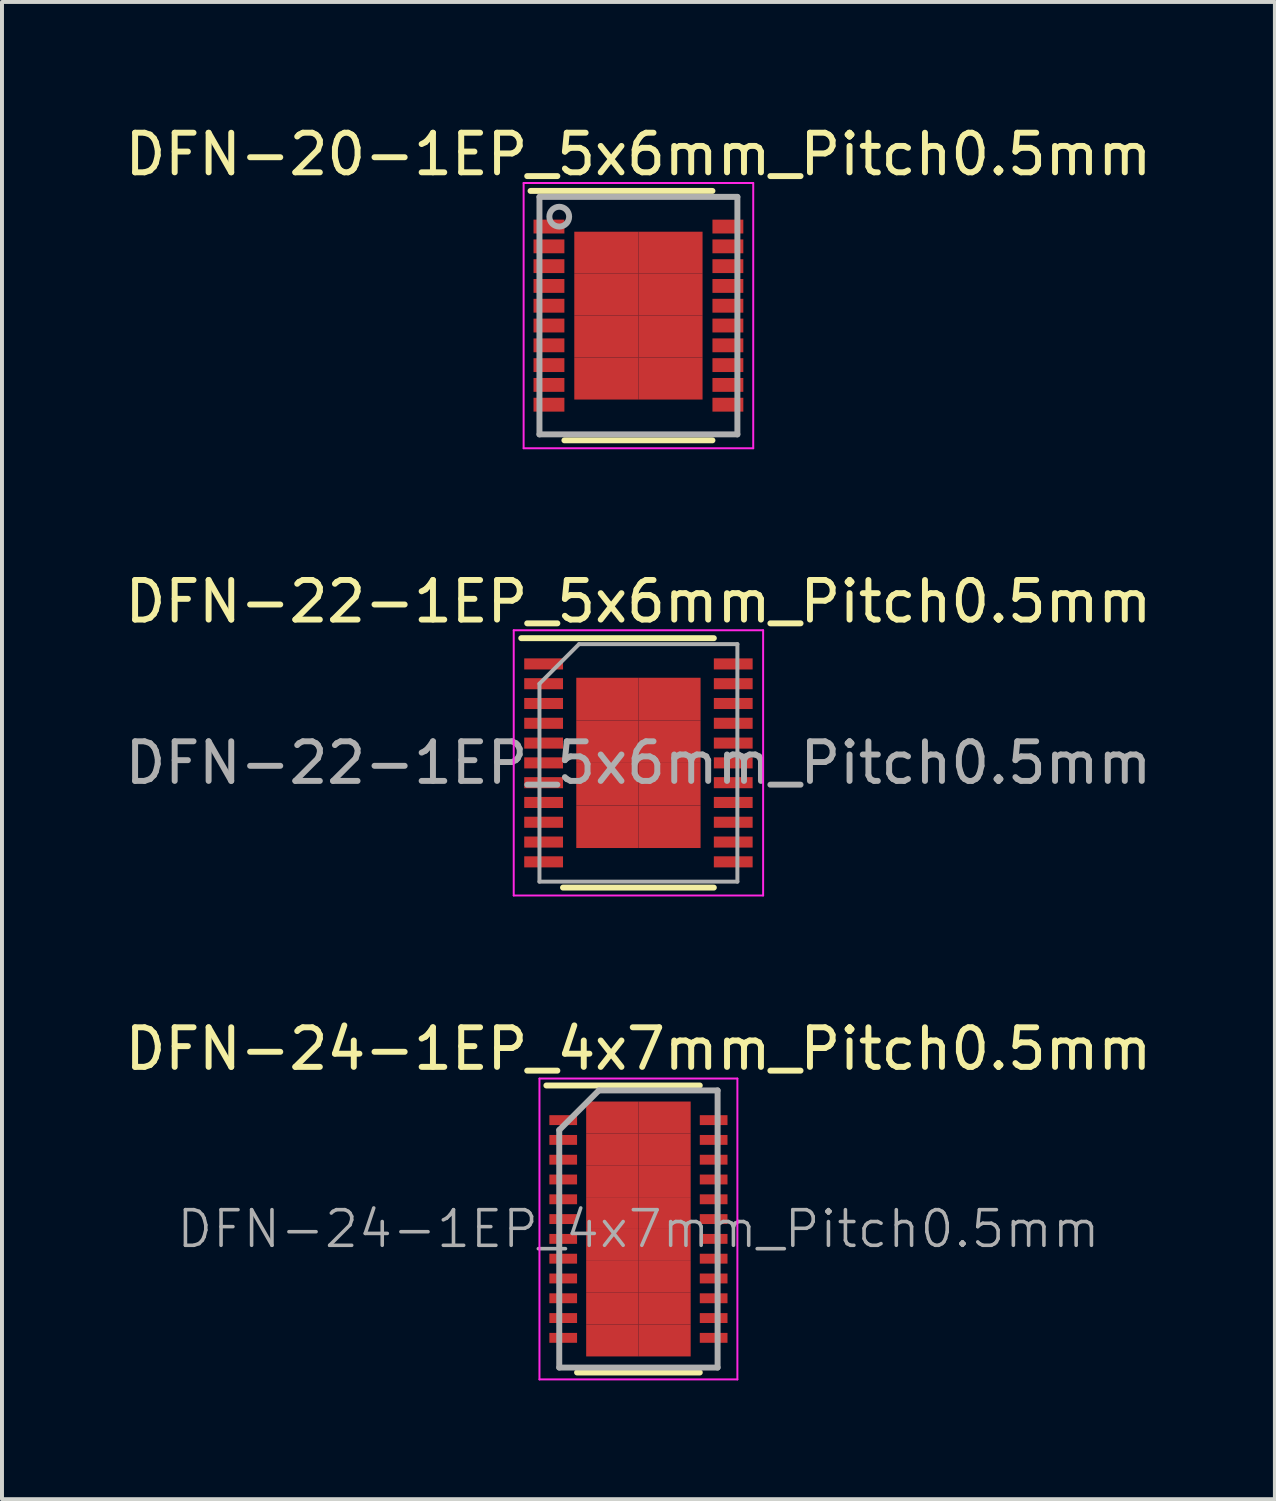
<source format=kicad_pcb>
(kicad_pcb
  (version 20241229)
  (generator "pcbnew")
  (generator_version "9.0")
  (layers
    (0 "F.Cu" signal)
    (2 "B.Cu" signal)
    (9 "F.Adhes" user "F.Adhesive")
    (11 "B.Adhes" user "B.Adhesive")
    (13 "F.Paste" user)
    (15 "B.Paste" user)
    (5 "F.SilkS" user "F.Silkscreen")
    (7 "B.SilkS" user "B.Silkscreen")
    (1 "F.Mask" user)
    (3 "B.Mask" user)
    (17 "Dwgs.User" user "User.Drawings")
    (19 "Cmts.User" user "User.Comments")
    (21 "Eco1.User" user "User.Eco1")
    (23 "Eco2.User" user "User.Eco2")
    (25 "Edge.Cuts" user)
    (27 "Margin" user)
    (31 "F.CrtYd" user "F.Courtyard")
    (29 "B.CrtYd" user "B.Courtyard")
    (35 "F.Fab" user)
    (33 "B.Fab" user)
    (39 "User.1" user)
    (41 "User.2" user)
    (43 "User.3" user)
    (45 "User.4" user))
  (footprint "DFN-24-1EP_4x7mm_Pitch0.5mm"
    (layer "F.Cu")
    (at 13.077 27.995)
    (property "Reference" "DFN-24-1EP_4x7mm_Pitch0.5mm" (at 0 -4.55 0) (layer "F.SilkS") (effects (font (size 1 1) (thickness 0.15))))
    (attr smd)
    (fp_line (start -2.325 -3.625) (end 1.55 -3.625) (stroke (width 0.15) (type solid)) (layer "F.SilkS"))
    (fp_line (start -1.55 3.625) (end 1.55 3.625) (stroke (width 0.15) (type solid)) (layer "F.SilkS"))
    (fp_line (start -2.5 -3.8) (end -2.5 3.8) (stroke (width 0.05) (type solid)) (layer "F.CrtYd"))
    (fp_line (start -2.5 -3.8) (end 2.5 -3.8) (stroke (width 0.05) (type solid)) (layer "F.CrtYd"))
    (fp_line (start -2.5 3.8) (end 2.5 3.8) (stroke (width 0.05) (type solid)) (layer "F.CrtYd"))
    (fp_line (start 2.5 -3.8) (end 2.5 3.8) (stroke (width 0.05) (type solid)) (layer "F.CrtYd"))
    (fp_line (start -2 -2.5) (end -1 -3.5) (stroke (width 0.15) (type solid)) (layer "F.Fab"))
    (fp_line (start -2 3.5) (end -2 -2.5) (stroke (width 0.15) (type solid)) (layer "F.Fab"))
    (fp_line (start -1 -3.5) (end 2 -3.5) (stroke (width 0.15) (type solid)) (layer "F.Fab"))
    (fp_line (start 2 -3.5) (end 2 3.5) (stroke (width 0.15) (type solid)) (layer "F.Fab"))
    (fp_line (start 2 3.5) (end -2 3.5) (stroke (width 0.15) (type solid)) (layer "F.Fab"))
    (fp_text user "${REFERENCE}" (at 0 0 0) (layer "F.Fab") (effects (font (size 0.9 0.9) (thickness 0.09))))
    (pad "1" smd rect (at -1.9 -2.75) (size 0.7 0.25) (layers "F.Cu" "F.Mask" "F.Paste"))
    (pad "2" smd rect (at -1.9 -2.25) (size 0.7 0.25) (layers "F.Cu" "F.Mask" "F.Paste"))
    (pad "3" smd rect (at -1.9 -1.75) (size 0.7 0.25) (layers "F.Cu" "F.Mask" "F.Paste"))
    (pad "4" smd rect (at -1.9 -1.25) (size 0.7 0.25) (layers "F.Cu" "F.Mask" "F.Paste"))
    (pad "5" smd rect (at -1.9 -0.75) (size 0.7 0.25) (layers "F.Cu" "F.Mask" "F.Paste"))
    (pad "6" smd rect (at -1.9 -0.25) (size 0.7 0.25) (layers "F.Cu" "F.Mask" "F.Paste"))
    (pad "7" smd rect (at -1.9 0.25) (size 0.7 0.25) (layers "F.Cu" "F.Mask" "F.Paste"))
    (pad "8" smd rect (at -1.9 0.75) (size 0.7 0.25) (layers "F.Cu" "F.Mask" "F.Paste"))
    (pad "9" smd rect (at -1.9 1.25) (size 0.7 0.25) (layers "F.Cu" "F.Mask" "F.Paste"))
    (pad "10" smd rect (at -1.9 1.75) (size 0.7 0.25) (layers "F.Cu" "F.Mask" "F.Paste"))
    (pad "11" smd rect (at -1.9 2.25) (size 0.7 0.25) (layers "F.Cu" "F.Mask" "F.Paste"))
    (pad "12" smd rect (at -1.9 2.75) (size 0.7 0.25) (layers "F.Cu" "F.Mask" "F.Paste"))
    (pad "13" smd rect (at 1.9 2.75) (size 0.7 0.25) (layers "F.Cu" "F.Mask" "F.Paste"))
    (pad "14" smd rect (at 1.9 2.25) (size 0.7 0.25) (layers "F.Cu" "F.Mask" "F.Paste"))
    (pad "15" smd rect (at 1.9 1.75) (size 0.7 0.25) (layers "F.Cu" "F.Mask" "F.Paste"))
    (pad "16" smd rect (at 1.9 1.25) (size 0.7 0.25) (layers "F.Cu" "F.Mask" "F.Paste"))
    (pad "17" smd rect (at 1.9 0.75) (size 0.7 0.25) (layers "F.Cu" "F.Mask" "F.Paste"))
    (pad "18" smd rect (at 1.9 0.25) (size 0.7 0.25) (layers "F.Cu" "F.Mask" "F.Paste"))
    (pad "19" smd rect (at 1.9 -0.25) (size 0.7 0.25) (layers "F.Cu" "F.Mask" "F.Paste"))
    (pad "20" smd rect (at 1.9 -0.75) (size 0.7 0.25) (layers "F.Cu" "F.Mask" "F.Paste"))
    (pad "21" smd rect (at 1.9 -1.25) (size 0.7 0.25) (layers "F.Cu" "F.Mask" "F.Paste"))
    (pad "22" smd rect (at 1.9 -1.75) (size 0.7 0.25) (layers "F.Cu" "F.Mask" "F.Paste"))
    (pad "23" smd rect (at 1.9 -2.25) (size 0.7 0.25) (layers "F.Cu" "F.Mask" "F.Paste"))
    (pad "24" smd rect (at 1.9 -2.75) (size 0.7 0.25) (layers "F.Cu" "F.Mask" "F.Paste"))
    (pad "25" smd rect (at -0.66 -2.817) (size 1.32 0.805) (layers "F.Cu" "F.Mask" "F.Paste"))
    (pad "25" smd rect (at -0.66 -2.013) (size 1.32 0.805) (layers "F.Cu" "F.Mask" "F.Paste"))
    (pad "25" smd rect (at -0.66 -1.208) (size 1.32 0.805) (layers "F.Cu" "F.Mask" "F.Paste"))
    (pad "25" smd rect (at -0.66 -0.403) (size 1.32 0.805) (layers "F.Cu" "F.Mask" "F.Paste"))
    (pad "25" smd rect (at -0.66 0.403) (size 1.32 0.805) (layers "F.Cu" "F.Mask" "F.Paste"))
    (pad "25" smd rect (at -0.66 1.208) (size 1.32 0.805) (layers "F.Cu" "F.Mask" "F.Paste"))
    (pad "25" smd rect (at -0.66 2.013) (size 1.32 0.805) (layers "F.Cu" "F.Mask" "F.Paste"))
    (pad "25" smd rect (at -0.66 2.817) (size 1.32 0.805) (layers "F.Cu" "F.Mask" "F.Paste"))
    (pad "25" smd rect (at 0.66 -2.817) (size 1.32 0.805) (layers "F.Cu" "F.Mask" "F.Paste"))
    (pad "25" smd rect (at 0.66 -2.013) (size 1.32 0.805) (layers "F.Cu" "F.Mask" "F.Paste"))
    (pad "25" smd rect (at 0.66 -1.208) (size 1.32 0.805) (layers "F.Cu" "F.Mask" "F.Paste"))
    (pad "25" smd rect (at 0.66 -0.403) (size 1.32 0.805) (layers "F.Cu" "F.Mask" "F.Paste"))
    (pad "25" smd rect (at 0.66 0.403) (size 1.32 0.805) (layers "F.Cu" "F.Mask" "F.Paste"))
    (pad "25" smd rect (at 0.66 1.208) (size 1.32 0.805) (layers "F.Cu" "F.Mask" "F.Paste"))
    (pad "25" smd rect (at 0.66 2.013) (size 1.32 0.805) (layers "F.Cu" "F.Mask" "F.Paste"))
    (pad "25" smd rect (at 0.66 2.817) (size 1.32 0.805) (layers "F.Cu" "F.Mask" "F.Paste")))
  (footprint "DFN-20-1EP_5x6mm_Pitch0.5mm"
    (layer "F.Cu")
    (at 13.077 4.923)
    (property "Reference" "DFN-20-1EP_5x6mm_Pitch0.5mm" (at 0 -4.075 0) (layer "F.SilkS") (effects (font (size 1 1) (thickness 0.15))))
    (attr smd)
    (fp_line (start -2.725 -3.15) (end 1.87 -3.15) (stroke (width 0.15) (type solid)) (layer "F.SilkS"))
    (fp_line (start -1.87 3.15) (end 1.87 3.15) (stroke (width 0.15) (type solid)) (layer "F.SilkS"))
    (fp_line (start -2.9 -3.35) (end -2.9 3.35) (stroke (width 0.05) (type solid)) (layer "F.CrtYd"))
    (fp_line (start -2.9 -3.35) (end 2.9 -3.35) (stroke (width 0.05) (type solid)) (layer "F.CrtYd"))
    (fp_line (start -2.9 3.35) (end 2.9 3.35) (stroke (width 0.05) (type solid)) (layer "F.CrtYd"))
    (fp_line (start 2.9 -3.35) (end 2.9 3.35) (stroke (width 0.05) (type solid)) (layer "F.CrtYd"))
    (fp_line (start -2.5 -3) (end 2.5 -3) (stroke (width 0.15) (type solid)) (layer "F.Fab"))
    (fp_line (start -2.5 3) (end -2.5 -3) (stroke (width 0.15) (type solid)) (layer "F.Fab"))
    (fp_line (start 2.5 -3) (end 2.5 3) (stroke (width 0.15) (type solid)) (layer "F.Fab"))
    (fp_line (start 2.5 3) (end -2.5 3) (stroke (width 0.15) (type solid)) (layer "F.Fab"))
    (fp_circle (center -2 -2.5) (end -2.25 -2.5) (stroke (width 0.15) (type solid)) (fill no) (layer "F.Fab"))
    (pad "1" smd rect (at -2.26 -2.25) (size 0.78 0.35) (layers "F.Cu" "F.Mask" "F.Paste"))
    (pad "2" smd rect (at -2.26 -1.75) (size 0.78 0.35) (layers "F.Cu" "F.Mask" "F.Paste"))
    (pad "3" smd rect (at -2.26 -1.25) (size 0.78 0.35) (layers "F.Cu" "F.Mask" "F.Paste"))
    (pad "4" smd rect (at -2.26 -0.75) (size 0.78 0.35) (layers "F.Cu" "F.Mask" "F.Paste"))
    (pad "5" smd rect (at -2.26 -0.25) (size 0.78 0.35) (layers "F.Cu" "F.Mask" "F.Paste"))
    (pad "6" smd rect (at -2.26 0.25) (size 0.78 0.35) (layers "F.Cu" "F.Mask" "F.Paste"))
    (pad "7" smd rect (at -2.26 0.75) (size 0.78 0.35) (layers "F.Cu" "F.Mask" "F.Paste"))
    (pad "8" smd rect (at -2.26 1.25) (size 0.78 0.35) (layers "F.Cu" "F.Mask" "F.Paste"))
    (pad "9" smd rect (at -2.26 1.75) (size 0.78 0.35) (layers "F.Cu" "F.Mask" "F.Paste"))
    (pad "10" smd rect (at -2.26 2.25) (size 0.78 0.35) (layers "F.Cu" "F.Mask" "F.Paste"))
    (pad "11" smd rect (at 2.26 2.25) (size 0.78 0.35) (layers "F.Cu" "F.Mask" "F.Paste"))
    (pad "12" smd rect (at 2.26 1.75) (size 0.78 0.35) (layers "F.Cu" "F.Mask" "F.Paste"))
    (pad "13" smd rect (at 2.26 1.25) (size 0.78 0.35) (layers "F.Cu" "F.Mask" "F.Paste"))
    (pad "14" smd rect (at 2.26 0.75) (size 0.78 0.35) (layers "F.Cu" "F.Mask" "F.Paste"))
    (pad "15" smd rect (at 2.26 0.25) (size 0.78 0.35) (layers "F.Cu" "F.Mask" "F.Paste"))
    (pad "16" smd rect (at 2.26 -0.25) (size 0.78 0.35) (layers "F.Cu" "F.Mask" "F.Paste"))
    (pad "17" smd rect (at 2.26 -0.75) (size 0.78 0.35) (layers "F.Cu" "F.Mask" "F.Paste"))
    (pad "18" smd rect (at 2.26 -1.25) (size 0.78 0.35) (layers "F.Cu" "F.Mask" "F.Paste"))
    (pad "19" smd rect (at 2.26 -1.75) (size 0.78 0.35) (layers "F.Cu" "F.Mask" "F.Paste"))
    (pad "20" smd rect (at 2.26 -2.25) (size 0.78 0.35) (layers "F.Cu" "F.Mask" "F.Paste"))
    (pad "21" smd rect (at -0.81 -1.59) (size 1.62 1.06) (layers "F.Cu" "F.Mask" "F.Paste"))
    (pad "21" smd rect (at -0.81 -0.53) (size 1.62 1.06) (layers "F.Cu" "F.Mask" "F.Paste"))
    (pad "21" smd rect (at -0.81 0.53) (size 1.62 1.06) (layers "F.Cu" "F.Mask" "F.Paste"))
    (pad "21" smd rect (at -0.81 1.59) (size 1.62 1.06) (layers "F.Cu" "F.Mask" "F.Paste"))
    (pad "21" smd rect (at 0.81 -1.59) (size 1.62 1.06) (layers "F.Cu" "F.Mask" "F.Paste"))
    (pad "21" smd rect (at 0.81 -0.53) (size 1.62 1.06) (layers "F.Cu" "F.Mask" "F.Paste"))
    (pad "21" smd rect (at 0.81 0.53) (size 1.62 1.06) (layers "F.Cu" "F.Mask" "F.Paste"))
    (pad "21" smd rect (at 0.81 1.59) (size 1.62 1.06) (layers "F.Cu" "F.Mask" "F.Paste")))
  (footprint "DFN-22-1EP_5x6mm_Pitch0.5mm"
    (layer "F.Cu")
    (at 13.077 16.221)
    (property "Reference" "DFN-22-1EP_5x6mm_Pitch0.5mm" (at 0 -4.075 0) (layer "F.SilkS") (effects (font (size 1 1) (thickness 0.15))))
    (attr smd)
    (fp_line (start -2.96 -3.15) (end 1.905 -3.15) (stroke (width 0.15) (type solid)) (layer "F.SilkS"))
    (fp_line (start -1.905 3.15) (end 1.905 3.15) (stroke (width 0.15) (type solid)) (layer "F.SilkS"))
    (fp_line (start -3.15 -3.35) (end -3.15 3.35) (stroke (width 0.05) (type solid)) (layer "F.CrtYd"))
    (fp_line (start -3.15 -3.35) (end 3.15 -3.35) (stroke (width 0.05) (type solid)) (layer "F.CrtYd"))
    (fp_line (start -3.15 3.35) (end 3.15 3.35) (stroke (width 0.05) (type solid)) (layer "F.CrtYd"))
    (fp_line (start 3.15 -3.35) (end 3.15 3.35) (stroke (width 0.05) (type solid)) (layer "F.CrtYd"))
    (fp_line (start -2.5 -2) (end -1.5 -3) (stroke (width 0.1) (type solid)) (layer "F.Fab"))
    (fp_line (start -2.5 3) (end -2.5 -2) (stroke (width 0.1) (type solid)) (layer "F.Fab"))
    (fp_line (start -1.5 -3) (end 2.5 -3) (stroke (width 0.1) (type solid)) (layer "F.Fab"))
    (fp_line (start 2.5 -3) (end 2.5 3) (stroke (width 0.1) (type solid)) (layer "F.Fab"))
    (fp_line (start 2.5 3) (end -2.5 3) (stroke (width 0.1) (type solid)) (layer "F.Fab"))
    (fp_text user "${REFERENCE}" (at 0 0 0) (layer "F.Fab") (effects (font (size 1 1) (thickness 0.15))))
    (pad "1" smd rect (at -2.395 -2.5) (size 0.98 0.28) (layers "F.Cu" "F.Mask" "F.Paste"))
    (pad "2" smd rect (at -2.395 -2) (size 0.98 0.28) (layers "F.Cu" "F.Mask" "F.Paste"))
    (pad "3" smd rect (at -2.395 -1.5) (size 0.98 0.28) (layers "F.Cu" "F.Mask" "F.Paste"))
    (pad "4" smd rect (at -2.395 -1) (size 0.98 0.28) (layers "F.Cu" "F.Mask" "F.Paste"))
    (pad "5" smd rect (at -2.395 -0.5) (size 0.98 0.28) (layers "F.Cu" "F.Mask" "F.Paste"))
    (pad "6" smd rect (at -2.395 0) (size 0.98 0.28) (layers "F.Cu" "F.Mask" "F.Paste"))
    (pad "7" smd rect (at -2.395 0.5) (size 0.98 0.28) (layers "F.Cu" "F.Mask" "F.Paste"))
    (pad "8" smd rect (at -2.395 1) (size 0.98 0.28) (layers "F.Cu" "F.Mask" "F.Paste"))
    (pad "9" smd rect (at -2.395 1.5) (size 0.98 0.28) (layers "F.Cu" "F.Mask" "F.Paste"))
    (pad "10" smd rect (at -2.395 2) (size 0.98 0.28) (layers "F.Cu" "F.Mask" "F.Paste"))
    (pad "11" smd rect (at -2.395 2.5) (size 0.98 0.28) (layers "F.Cu" "F.Mask" "F.Paste"))
    (pad "12" smd rect (at 2.395 2.5) (size 0.98 0.28) (layers "F.Cu" "F.Mask" "F.Paste"))
    (pad "13" smd rect (at 2.395 2) (size 0.98 0.28) (layers "F.Cu" "F.Mask" "F.Paste"))
    (pad "14" smd rect (at 2.395 1.5) (size 0.98 0.28) (layers "F.Cu" "F.Mask" "F.Paste"))
    (pad "15" smd rect (at 2.395 1) (size 0.98 0.28) (layers "F.Cu" "F.Mask" "F.Paste"))
    (pad "16" smd rect (at 2.395 0.5) (size 0.98 0.28) (layers "F.Cu" "F.Mask" "F.Paste"))
    (pad "17" smd rect (at 2.395 0) (size 0.98 0.28) (layers "F.Cu" "F.Mask" "F.Paste"))
    (pad "18" smd rect (at 2.395 -0.5) (size 0.98 0.28) (layers "F.Cu" "F.Mask" "F.Paste"))
    (pad "19" smd rect (at 2.395 -1) (size 0.98 0.28) (layers "F.Cu" "F.Mask" "F.Paste"))
    (pad "20" smd rect (at 2.395 -1.5) (size 0.98 0.28) (layers "F.Cu" "F.Mask" "F.Paste"))
    (pad "21" smd rect (at 2.395 -2) (size 0.98 0.28) (layers "F.Cu" "F.Mask" "F.Paste"))
    (pad "22" smd rect (at 2.395 -2.5) (size 0.98 0.28) (layers "F.Cu" "F.Mask" "F.Paste"))
    (pad "23" smd rect (at -0.785 -1.613) (size 1.57 1.075) (layers "F.Cu" "F.Mask" "F.Paste"))
    (pad "23" smd rect (at -0.785 -0.537) (size 1.57 1.075) (layers "F.Cu" "F.Mask" "F.Paste"))
    (pad "23" smd rect (at -0.785 0.537) (size 1.57 1.075) (layers "F.Cu" "F.Mask" "F.Paste"))
    (pad "23" smd rect (at -0.785 1.613) (size 1.57 1.075) (layers "F.Cu" "F.Mask" "F.Paste"))
    (pad "23" smd rect (at 0.785 -1.613) (size 1.57 1.075) (layers "F.Cu" "F.Mask" "F.Paste"))
    (pad "23" smd rect (at 0.785 -0.537) (size 1.57 1.075) (layers "F.Cu" "F.Mask" "F.Paste"))
    (pad "23" smd rect (at 0.785 0.537) (size 1.57 1.075) (layers "F.Cu" "F.Mask" "F.Paste"))
    (pad "23" smd rect (at 0.785 1.613) (size 1.57 1.075) (layers "F.Cu" "F.Mask" "F.Paste")))
  (gr_rect
    (start -3 -3)
    (end 29.155 34.82)
    (stroke (width 0.1) (type default))
    (fill no)
    (layer "Edge.Cuts")))
</source>
